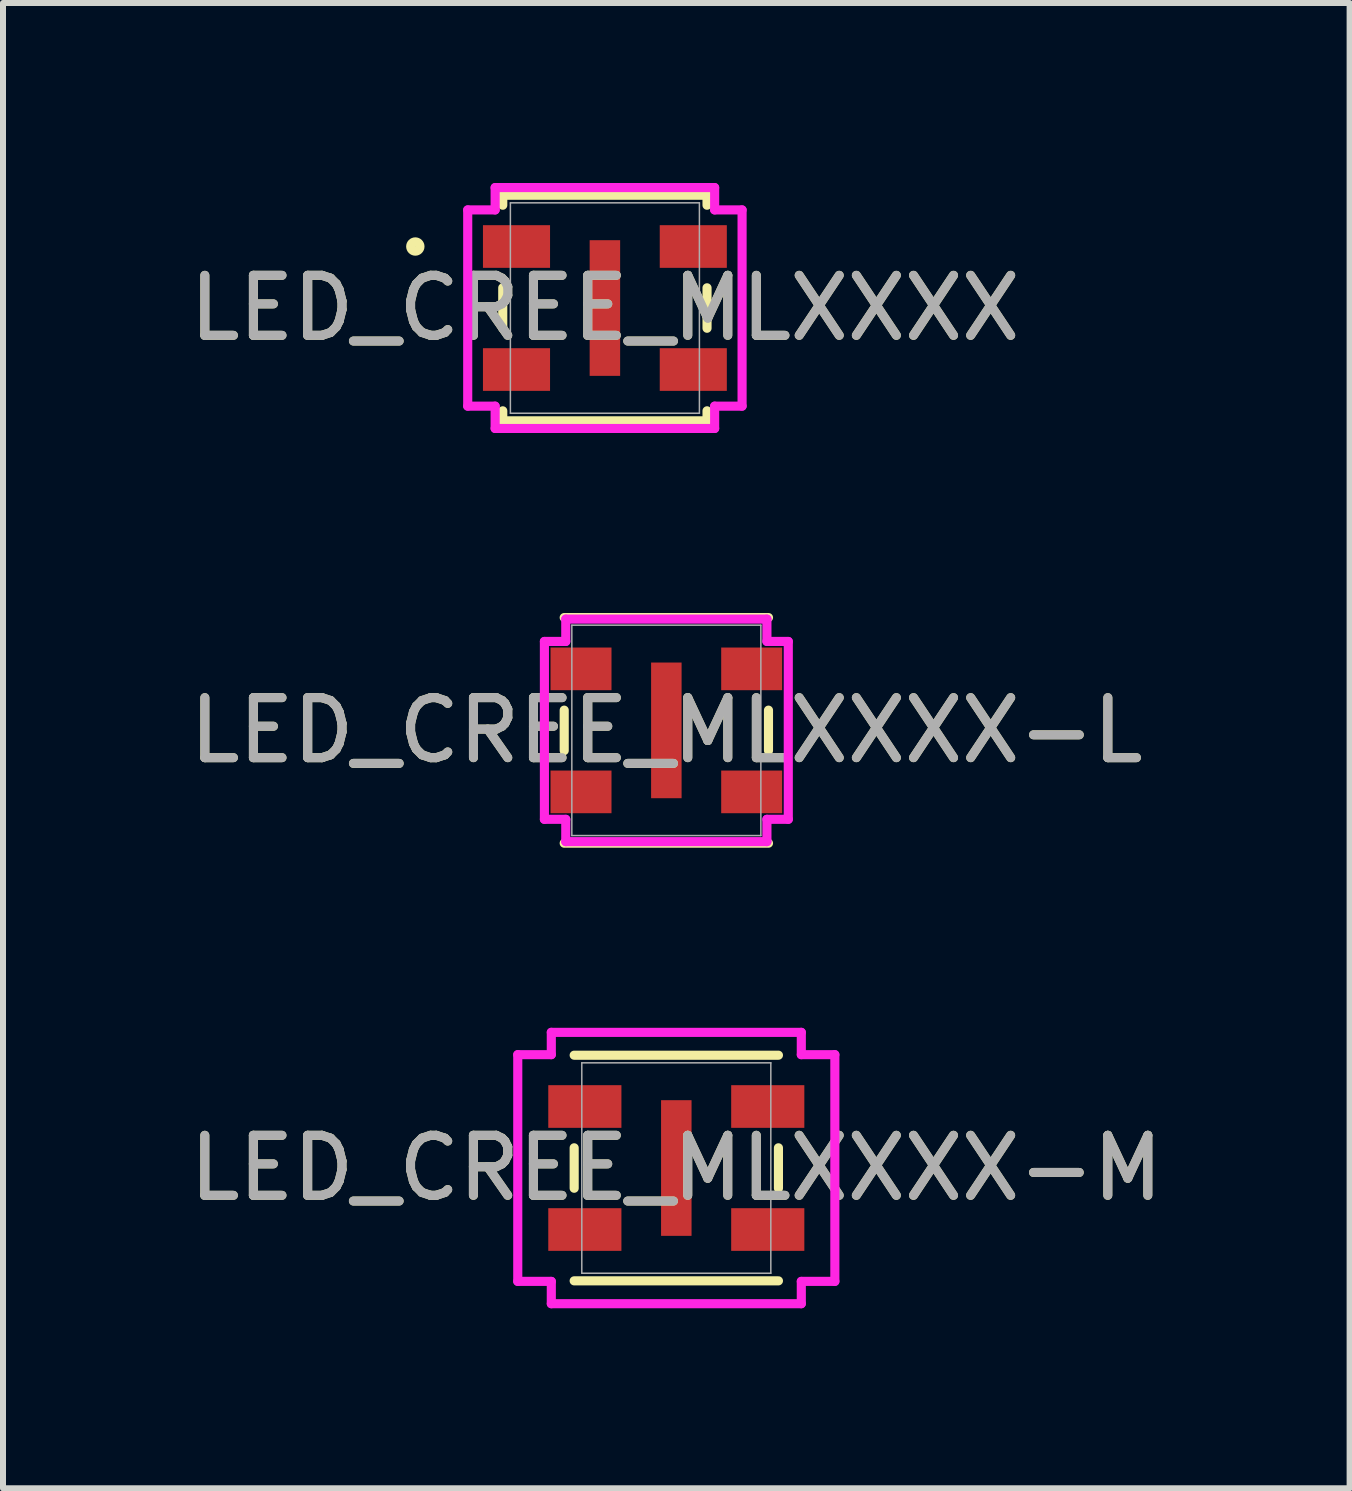
<source format=kicad_pcb>
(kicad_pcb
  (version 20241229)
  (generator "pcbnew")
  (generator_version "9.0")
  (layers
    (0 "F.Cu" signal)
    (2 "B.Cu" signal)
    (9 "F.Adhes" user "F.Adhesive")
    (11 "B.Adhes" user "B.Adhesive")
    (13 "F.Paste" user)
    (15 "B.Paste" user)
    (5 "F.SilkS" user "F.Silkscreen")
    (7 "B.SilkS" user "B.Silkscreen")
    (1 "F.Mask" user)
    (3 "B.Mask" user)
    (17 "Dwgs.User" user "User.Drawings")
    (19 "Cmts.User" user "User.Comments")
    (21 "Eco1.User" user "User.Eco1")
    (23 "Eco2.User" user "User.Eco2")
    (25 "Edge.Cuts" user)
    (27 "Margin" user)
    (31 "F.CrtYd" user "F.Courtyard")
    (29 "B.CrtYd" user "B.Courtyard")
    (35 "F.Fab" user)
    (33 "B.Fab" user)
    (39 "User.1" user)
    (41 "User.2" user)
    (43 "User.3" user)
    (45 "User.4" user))
  (footprint "LED_CREE_MLXXXX-L"
    (layer "F.Cu")
    (at 8.054 9.121)
    (property "Reference" "LED_CREE_MLXXXX-L" (at 0 0 0) (unlocked yes) (layer "F.SilkS") (effects (font (size 1 1) (thickness 0.15))))
    (attr smd)
    (fp_line (start -1.702 -0.337) (end -1.702 0.337) (stroke (width 0.152) (type solid)) (layer "F.SilkS"))
    (fp_line (start -1.702 1.88) (end 1.702 1.88) (stroke (width 0.152) (type solid)) (layer "F.SilkS"))
    (fp_line (start 1.702 -1.88) (end -1.702 -1.88) (stroke (width 0.152) (type solid)) (layer "F.SilkS"))
    (fp_line (start 1.702 0.337) (end 1.702 -0.337) (stroke (width 0.152) (type solid)) (layer "F.SilkS"))
    (fp_line (start -2.032 -1.482) (end -1.676 -1.482) (stroke (width 0.152) (type solid)) (layer "F.CrtYd"))
    (fp_line (start -2.032 1.482) (end -2.032 -1.482) (stroke (width 0.152) (type solid)) (layer "F.CrtYd"))
    (fp_line (start -2.032 1.482) (end -1.676 1.482) (stroke (width 0.152) (type solid)) (layer "F.CrtYd"))
    (fp_line (start -1.676 -1.854) (end 1.676 -1.854) (stroke (width 0.152) (type solid)) (layer "F.CrtYd"))
    (fp_line (start -1.676 -1.482) (end -1.676 -1.854) (stroke (width 0.152) (type solid)) (layer "F.CrtYd"))
    (fp_line (start -1.676 1.854) (end -1.676 1.482) (stroke (width 0.152) (type solid)) (layer "F.CrtYd"))
    (fp_line (start 1.676 -1.854) (end 1.676 -1.482) (stroke (width 0.152) (type solid)) (layer "F.CrtYd"))
    (fp_line (start 1.676 1.482) (end 1.676 1.854) (stroke (width 0.152) (type solid)) (layer "F.CrtYd"))
    (fp_line (start 1.676 1.854) (end -1.676 1.854) (stroke (width 0.152) (type solid)) (layer "F.CrtYd"))
    (fp_line (start 2.032 -1.482) (end 1.676 -1.482) (stroke (width 0.152) (type solid)) (layer "F.CrtYd"))
    (fp_line (start 2.032 -1.482) (end 2.032 1.482) (stroke (width 0.152) (type solid)) (layer "F.CrtYd"))
    (fp_line (start 2.032 1.482) (end 1.676 1.482) (stroke (width 0.152) (type solid)) (layer "F.CrtYd"))
    (fp_line (start -1.575 -1.753) (end -1.575 1.753) (stroke (width 0.025) (type solid)) (layer "F.Fab"))
    (fp_line (start -1.575 1.753) (end 1.575 1.753) (stroke (width 0.025) (type solid)) (layer "F.Fab"))
    (fp_line (start 1.575 -1.753) (end -1.575 -1.753) (stroke (width 0.025) (type solid)) (layer "F.Fab"))
    (fp_line (start 1.575 1.753) (end 1.575 -1.753) (stroke (width 0.025) (type solid)) (layer "F.Fab"))
    (fp_text user "${REFERENCE}" (at 0 0 0) (unlocked yes) (layer "F.Fab") (effects (font (size 1 1) (thickness 0.15))))
    (pad "1" smd rect (at -1.422 -1.025) (size 1.016 0.711) (layers "F.Cu" "F.Mask" "F.Paste"))
    (pad "2" smd rect (at -1.422 1.025) (size 1.016 0.711) (layers "F.Cu" "F.Mask" "F.Paste"))
    (pad "3" smd rect (at 1.422 1.025) (size 1.016 0.711) (layers "F.Cu" "F.Mask" "F.Paste"))
    (pad "4" smd rect (at 1.422 -1.025) (size 1.016 0.711) (layers "F.Cu" "F.Mask" "F.Paste"))
    (pad "5" smd rect (at 0 0) (size 0.508 2.261) (layers "F.Cu" "F.Mask" "F.Paste")))
  (footprint "LED_CREE_MLXXXX-M"
    (layer "F.Cu")
    (at 8.22 16.414)
    (property "Reference" "LED_CREE_MLXXXX-M" (at 0 0 0) (unlocked yes) (layer "F.SilkS") (effects (font (size 1 1) (thickness 0.15))))
    (attr smd)
    (fp_line (start -1.702 -0.337) (end -1.702 0.337) (stroke (width 0.152) (type solid)) (layer "F.SilkS"))
    (fp_line (start -1.702 1.88) (end 1.702 1.88) (stroke (width 0.152) (type solid)) (layer "F.SilkS"))
    (fp_line (start 1.702 -1.88) (end -1.702 -1.88) (stroke (width 0.152) (type solid)) (layer "F.SilkS"))
    (fp_line (start 1.702 0.337) (end 1.702 -0.337) (stroke (width 0.152) (type solid)) (layer "F.SilkS"))
    (fp_line (start -2.642 -1.889) (end -2.083 -1.889) (stroke (width 0.152) (type solid)) (layer "F.CrtYd"))
    (fp_line (start -2.642 1.889) (end -2.642 -1.889) (stroke (width 0.152) (type solid)) (layer "F.CrtYd"))
    (fp_line (start -2.642 1.889) (end -2.083 1.889) (stroke (width 0.152) (type solid)) (layer "F.CrtYd"))
    (fp_line (start -2.083 -2.261) (end 2.083 -2.261) (stroke (width 0.152) (type solid)) (layer "F.CrtYd"))
    (fp_line (start -2.083 -1.889) (end -2.083 -2.261) (stroke (width 0.152) (type solid)) (layer "F.CrtYd"))
    (fp_line (start -2.083 2.261) (end -2.083 1.889) (stroke (width 0.152) (type solid)) (layer "F.CrtYd"))
    (fp_line (start 2.083 -2.261) (end 2.083 -1.889) (stroke (width 0.152) (type solid)) (layer "F.CrtYd"))
    (fp_line (start 2.083 1.889) (end 2.083 2.261) (stroke (width 0.152) (type solid)) (layer "F.CrtYd"))
    (fp_line (start 2.083 2.261) (end -2.083 2.261) (stroke (width 0.152) (type solid)) (layer "F.CrtYd"))
    (fp_line (start 2.642 -1.889) (end 2.083 -1.889) (stroke (width 0.152) (type solid)) (layer "F.CrtYd"))
    (fp_line (start 2.642 -1.889) (end 2.642 1.889) (stroke (width 0.152) (type solid)) (layer "F.CrtYd"))
    (fp_line (start 2.642 1.889) (end 2.083 1.889) (stroke (width 0.152) (type solid)) (layer "F.CrtYd"))
    (fp_line (start -1.575 -1.753) (end -1.575 1.753) (stroke (width 0.025) (type solid)) (layer "F.Fab"))
    (fp_line (start -1.575 1.753) (end 1.575 1.753) (stroke (width 0.025) (type solid)) (layer "F.Fab"))
    (fp_line (start 1.575 -1.753) (end -1.575 -1.753) (stroke (width 0.025) (type solid)) (layer "F.Fab"))
    (fp_line (start 1.575 1.753) (end 1.575 -1.753) (stroke (width 0.025) (type solid)) (layer "F.Fab"))
    (fp_text user "${REFERENCE}" (at 0 0 0) (unlocked yes) (layer "F.Fab") (effects (font (size 1 1) (thickness 0.15))))
    (pad "1" smd rect (at -1.524 -1.025) (size 1.219 0.711) (layers "F.Cu" "F.Mask" "F.Paste"))
    (pad "2" smd rect (at -1.524 1.025) (size 1.219 0.711) (layers "F.Cu" "F.Mask" "F.Paste"))
    (pad "3" smd rect (at 1.524 1.025) (size 1.219 0.711) (layers "F.Cu" "F.Mask" "F.Paste"))
    (pad "4" smd rect (at 1.524 -1.025) (size 1.219 0.711) (layers "F.Cu" "F.Mask" "F.Paste"))
    (pad "5" smd rect (at 0 0) (size 0.508 2.261) (layers "F.Cu" "F.Mask" "F.Paste")))
  (footprint "LED_CREE_MLXXXX"
    (layer "F.Cu")
    (at 7.03 2.083)
    (property "Reference" "LED_CREE_MLXXXX" (at 0 0 0) (unlocked yes) (layer "F.SilkS") (effects (font (size 1 1) (thickness 0.15))))
    (attr smd)
    (fp_line (start -1.702 -1.88) (end -1.702 -1.713) (stroke (width 0.152) (type solid)) (layer "F.SilkS"))
    (fp_line (start -1.702 -0.337) (end -1.702 0.337) (stroke (width 0.152) (type solid)) (layer "F.SilkS"))
    (fp_line (start -1.702 1.713) (end -1.702 1.88) (stroke (width 0.152) (type solid)) (layer "F.SilkS"))
    (fp_line (start -1.702 1.88) (end 1.702 1.88) (stroke (width 0.152) (type solid)) (layer "F.SilkS"))
    (fp_line (start 1.702 -1.88) (end -1.702 -1.88) (stroke (width 0.152) (type solid)) (layer "F.SilkS"))
    (fp_line (start 1.702 -1.713) (end 1.702 -1.88) (stroke (width 0.152) (type solid)) (layer "F.SilkS"))
    (fp_line (start 1.702 0.337) (end 1.702 -0.337) (stroke (width 0.152) (type solid)) (layer "F.SilkS"))
    (fp_line (start 1.702 1.88) (end 1.702 1.713) (stroke (width 0.152) (type solid)) (layer "F.SilkS"))
    (fp_circle (center -3.159 -1.025) (end -3.082 -1.025) (stroke (width 0.152) (type solid)) (fill no) (layer "F.SilkS"))
    (fp_line (start -2.286 -1.635) (end -1.829 -1.635) (stroke (width 0.152) (type solid)) (layer "F.CrtYd"))
    (fp_line (start -2.286 1.635) (end -2.286 -1.635) (stroke (width 0.152) (type solid)) (layer "F.CrtYd"))
    (fp_line (start -2.286 1.635) (end -1.829 1.635) (stroke (width 0.152) (type solid)) (layer "F.CrtYd"))
    (fp_line (start -1.829 -2.007) (end 1.829 -2.007) (stroke (width 0.152) (type solid)) (layer "F.CrtYd"))
    (fp_line (start -1.829 -1.635) (end -1.829 -2.007) (stroke (width 0.152) (type solid)) (layer "F.CrtYd"))
    (fp_line (start -1.829 2.007) (end -1.829 1.635) (stroke (width 0.152) (type solid)) (layer "F.CrtYd"))
    (fp_line (start 1.829 -2.007) (end 1.829 -1.635) (stroke (width 0.152) (type solid)) (layer "F.CrtYd"))
    (fp_line (start 1.829 1.635) (end 1.829 2.007) (stroke (width 0.152) (type solid)) (layer "F.CrtYd"))
    (fp_line (start 1.829 2.007) (end -1.829 2.007) (stroke (width 0.152) (type solid)) (layer "F.CrtYd"))
    (fp_line (start 2.286 -1.635) (end 1.829 -1.635) (stroke (width 0.152) (type solid)) (layer "F.CrtYd"))
    (fp_line (start 2.286 -1.635) (end 2.286 1.635) (stroke (width 0.152) (type solid)) (layer "F.CrtYd"))
    (fp_line (start 2.286 1.635) (end 1.829 1.635) (stroke (width 0.152) (type solid)) (layer "F.CrtYd"))
    (fp_line (start -1.575 -1.753) (end -1.575 1.753) (stroke (width 0.025) (type solid)) (layer "F.Fab"))
    (fp_line (start -1.575 1.753) (end 1.575 1.753) (stroke (width 0.025) (type solid)) (layer "F.Fab"))
    (fp_line (start 1.575 -1.753) (end -1.575 -1.753) (stroke (width 0.025) (type solid)) (layer "F.Fab"))
    (fp_line (start 1.575 1.753) (end 1.575 -1.753) (stroke (width 0.025) (type solid)) (layer "F.Fab"))
    (fp_text user "${REFERENCE}" (at 0 0 0) (unlocked yes) (layer "F.Fab") (effects (font (size 1 1) (thickness 0.15))))
    (pad "1" smd rect (at -1.473 -1.025) (size 1.118 0.711) (layers "F.Cu" "F.Mask" "F.Paste"))
    (pad "2" smd rect (at -1.473 1.025) (size 1.118 0.711) (layers "F.Cu" "F.Mask" "F.Paste"))
    (pad "3" smd rect (at 1.473 1.025) (size 1.118 0.711) (layers "F.Cu" "F.Mask" "F.Paste"))
    (pad "4" smd rect (at 1.473 -1.025) (size 1.118 0.711) (layers "F.Cu" "F.Mask" "F.Paste"))
    (pad "5" smd rect (at 0 0) (size 0.508 2.261) (layers "F.Cu" "F.Mask" "F.Paste")))
  (gr_rect
    (start -3 -3)
    (end 19.44 21.751)
    (stroke (width 0.1) (type default))
    (fill no)
    (layer "Edge.Cuts")))
</source>
